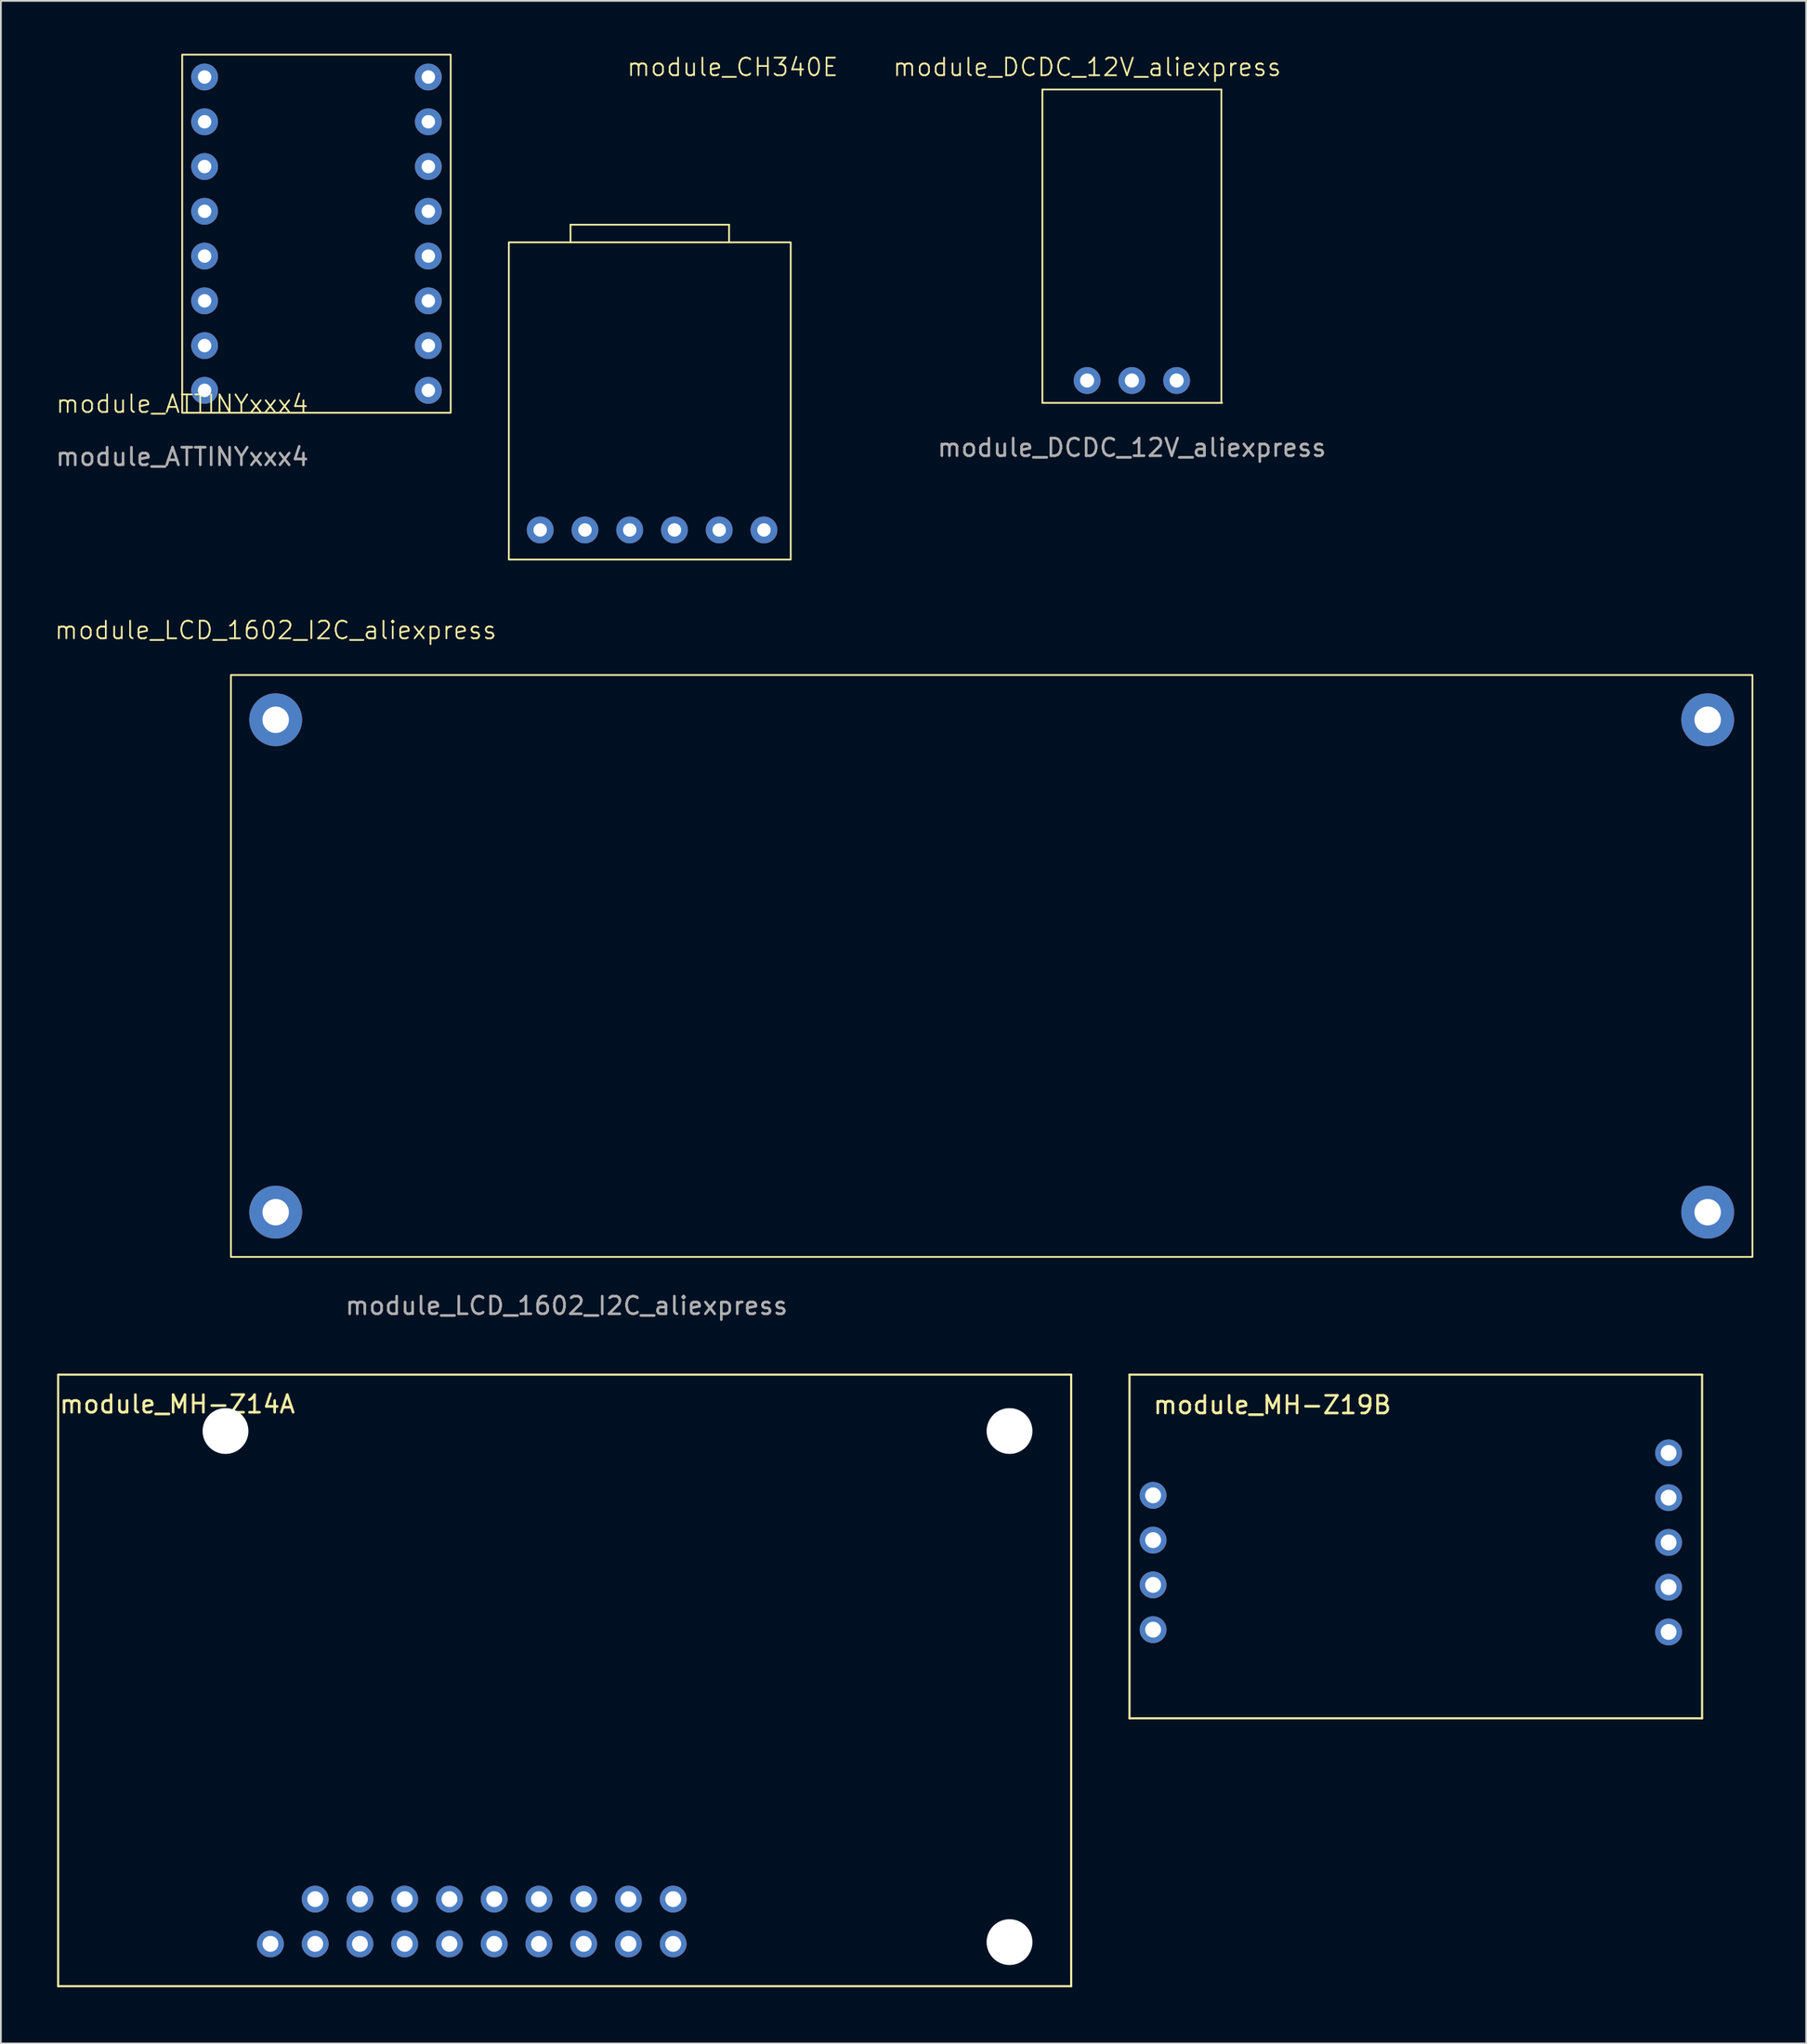
<source format=kicad_pcb>
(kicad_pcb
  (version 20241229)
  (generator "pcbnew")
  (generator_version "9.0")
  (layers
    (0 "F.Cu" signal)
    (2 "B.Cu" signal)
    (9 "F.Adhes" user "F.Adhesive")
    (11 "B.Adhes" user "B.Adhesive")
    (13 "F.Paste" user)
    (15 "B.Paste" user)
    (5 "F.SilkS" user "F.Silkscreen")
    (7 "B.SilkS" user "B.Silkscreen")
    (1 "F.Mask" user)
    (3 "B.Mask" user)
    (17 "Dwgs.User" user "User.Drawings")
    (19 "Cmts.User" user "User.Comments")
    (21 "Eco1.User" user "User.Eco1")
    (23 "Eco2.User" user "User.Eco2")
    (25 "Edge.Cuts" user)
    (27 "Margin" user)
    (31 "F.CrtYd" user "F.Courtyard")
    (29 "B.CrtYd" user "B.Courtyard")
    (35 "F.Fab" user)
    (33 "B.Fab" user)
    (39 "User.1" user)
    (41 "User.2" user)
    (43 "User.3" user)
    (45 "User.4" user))
  (footprint "module_DCDC_12V_aliexpress"
    (layer "F.Cu")
    (at 56.115 19.811)
    (property "Reference" "module_DCDC_12V_aliexpress" (at 2.54 -19.05 0) (unlocked yes) (layer "F.SilkS") (effects (font (size 1 1) (thickness 0.1))))
    (attr through_hole)
    (fp_line (start 0 -17.78) (end 0 0) (stroke (width 0.1) (type default)) (layer "F.SilkS"))
    (fp_line (start 0 0) (end 10.2 0) (stroke (width 0.1) (type default)) (layer "F.SilkS"))
    (fp_line (start 10.16 -17.78) (end 0 -17.78) (stroke (width 0.1) (type default)) (layer "F.SilkS"))
    (fp_line (start 10.16 0) (end 10.16 -17.78) (stroke (width 0.1) (type default)) (layer "F.SilkS"))
    (fp_text user "${REFERENCE}" (at 5.08 2.54 0) (unlocked yes) (layer "F.Fab") (effects (font (size 1 1) (thickness 0.15))))
    (pad "1" thru_hole circle (at 2.54 -1.27) (size 1.524 1.524) (drill 0.8) (layers "*.Cu" "*.Mask"))
    (pad "2" thru_hole circle (at 5.08 -1.27) (size 1.524 1.524) (drill 0.8) (layers "*.Cu" "*.Mask"))
    (pad "3" thru_hole circle (at 7.62 -1.27) (size 1.524 1.524) (drill 0.8) (layers "*.Cu" "*.Mask")))
  (footprint "module_ATTINYxxx4"
    (layer "F.Cu")
    (at 7.292 20.37)
    (property "Reference" "module_ATTINYxxx4" (at 0 -0.5 0) (unlocked yes) (layer "F.SilkS") (effects (font (size 1 1) (thickness 0.1))))
    (attr through_hole)
    (fp_rect (start 0 0) (end 15.24 -20.32) (stroke (width 0.1) (type default)) (fill no) (layer "F.SilkS"))
    (fp_text user "${REFERENCE}" (at 0 2.5 0) (unlocked yes) (layer "F.Fab") (effects (font (size 1 1) (thickness 0.15))))
    (pad "" thru_hole circle (at 1.27 -1.27) (size 1.524 1.524) (drill 0.762) (layers "*.Mask"))
    (pad "" thru_hole circle (at 13.97 -1.27) (size 1.524 1.524) (drill 0.762) (layers "*.Mask"))
    (pad "1" thru_hole circle (at 1.27 -19.05) (size 1.524 1.524) (drill 0.762) (layers "*.Cu" "*.Mask"))
    (pad "2" thru_hole circle (at 1.27 -16.51) (size 1.524 1.524) (drill 0.762) (layers "*.Cu" "*.Mask"))
    (pad "3" thru_hole circle (at 1.27 -13.97) (size 1.524 1.524) (drill 0.762) (layers "*.Cu" "*.Mask"))
    (pad "4" thru_hole circle (at 1.27 -11.43) (size 1.524 1.524) (drill 0.762) (layers "*.Cu" "*.Mask"))
    (pad "5" thru_hole circle (at 1.27 -8.89) (size 1.524 1.524) (drill 0.762) (layers "*.Cu" "*.Mask"))
    (pad "6" thru_hole circle (at 1.27 -6.35) (size 1.524 1.524) (drill 0.762) (layers "*.Cu" "*.Mask"))
    (pad "7" thru_hole circle (at 1.27 -3.81) (size 1.524 1.524) (drill 0.762) (layers "*.Cu" "*.Mask"))
    (pad "8" thru_hole circle (at 13.97 -3.81) (size 1.524 1.524) (drill 0.762) (layers "*.Cu" "*.Mask"))
    (pad "9" thru_hole circle (at 13.97 -6.35) (size 1.524 1.524) (drill 0.762) (layers "*.Cu" "*.Mask"))
    (pad "10" thru_hole circle (at 13.97 -8.89) (size 1.524 1.524) (drill 0.762) (layers "*.Cu" "*.Mask"))
    (pad "11" thru_hole circle (at 13.97 -11.43) (size 1.524 1.524) (drill 0.762) (layers "*.Cu" "*.Mask"))
    (pad "12" thru_hole circle (at 13.97 -13.97) (size 1.524 1.524) (drill 0.762) (layers "*.Cu" "*.Mask"))
    (pad "13" thru_hole circle (at 13.97 -16.51) (size 1.524 1.524) (drill 0.762) (layers "*.Cu" "*.Mask"))
    (pad "14" thru_hole circle (at 13.97 -19.05) (size 1.524 1.524) (drill 0.762) (layers "*.Cu" "*.Mask")))
  (footprint "module_CH340E"
    (layer "F.Cu")
    (at 25.832 28.701)
    (property "Reference" "module_CH340E" (at 12.7 -27.94 0) (unlocked yes) (layer "F.SilkS") (effects (font (size 1 1) (thickness 0.1))))
    (attr through_hole)
    (fp_line (start 3.5 -19) (end 3.5 -18) (stroke (width 0.1) (type default)) (layer "F.SilkS"))
    (fp_line (start 12.5 -19) (end 12.5 -18) (stroke (width 0.1) (type default)) (layer "F.SilkS"))
    (fp_rect (start 0 -18) (end 16 0) (stroke (width 0.1) (type default)) (fill no) (layer "F.SilkS"))
    (fp_rect (start 3.5 -19) (end 12.5 -19) (stroke (width 0.1) (type default)) (fill no) (layer "F.SilkS"))
    (pad "1" thru_hole circle (at 1.78 -1.68) (size 1.524 1.524) (drill 0.762) (layers "*.Cu" "*.Mask"))
    (pad "2" thru_hole circle (at 4.32 -1.68) (size 1.524 1.524) (drill 0.762) (layers "*.Cu" "*.Mask"))
    (pad "3" thru_hole circle (at 6.86 -1.68) (size 1.524 1.524) (drill 0.762) (layers "*.Cu" "*.Mask"))
    (pad "4" thru_hole circle (at 9.4 -1.68) (size 1.524 1.524) (drill 0.762) (layers "*.Cu" "*.Mask"))
    (pad "5" thru_hole circle (at 11.94 -1.68) (size 1.524 1.524) (drill 0.762) (layers "*.Cu" "*.Mask"))
    (pad "6" thru_hole circle (at 14.48 -1.68) (size 1.524 1.524) (drill 0.762) (layers "*.Cu" "*.Mask")))
  (footprint "module_LCD_1602_I2C_aliexpress"
    (layer "F.Cu")
    (at 10.058 68.271)
    (property "Reference" "module_LCD_1602_I2C_aliexpress" (at 2.54 -35.56 0) (unlocked yes) (layer "F.SilkS") (effects (font (size 1 1) (thickness 0.1))))
    (attr through_hole)
    (fp_rect (start 0 0) (end 86.36 -33.02) (stroke (width 0.1) (type default)) (fill no) (layer "F.SilkS"))
    (fp_text user "${REFERENCE}" (at 19.05 2.77 0) (unlocked yes) (layer "F.Fab") (effects (font (size 1 1) (thickness 0.15))))
    (pad "" thru_hole circle (at 2.54 -30.48) (size 3 3) (drill 1.5) (layers "*.Cu" "*.Mask"))
    (pad "" thru_hole circle (at 2.54 -2.54) (size 3 3) (drill 1.5) (layers "*.Cu" "*.Mask"))
    (pad "" thru_hole circle (at 83.82 -30.48) (size 3 3) (drill 1.5) (layers "*.Cu" "*.Mask"))
    (pad "" thru_hole circle (at 83.82 -2.54) (size 3 3) (drill 1.5) (layers "*.Cu" "*.Mask")))
  (footprint "module_MH-Z14A"
    (layer "F.Cu")
    (at 0.25 109.649)
    (property "Reference" "module_MH-Z14A" (at 0 -33.02 0) (layer "F.SilkS") (effects (font (size 1 1) (thickness 0.15)) (justify left)))
    (attr through_hole)
    (fp_line (start 0 -34.7) (end 0 0) (stroke (width 0.12) (type solid)) (layer "F.SilkS"))
    (fp_line (start 0 -34.7) (end 57.5 -34.7) (stroke (width 0.12) (type solid)) (layer "F.SilkS"))
    (fp_line (start 0 0) (end 57.5 0) (stroke (width 0.12) (type solid)) (layer "F.SilkS"))
    (fp_line (start 57.5 -34.7) (end 57.5 0) (stroke (width 0.12) (type solid)) (layer "F.SilkS"))
    (pad "" np_thru_hole circle (at 9.5 -31.5) (size 2.6 2.6) (drill 2.6) (layers "*.Cu" "*.Mask"))
    (pad "" np_thru_hole circle (at 54 -31.5) (size 2.6 2.6) (drill 2.6) (layers "*.Cu" "*.Mask"))
    (pad "" np_thru_hole circle (at 54 -2.5) (size 2.6 2.6) (drill 2.6) (layers "*.Cu" "*.Mask"))
    (pad "1" thru_hole circle (at 22.21 -2.4) (size 1.524 1.524) (drill 0.9) (layers "*.Cu" "*.Mask"))
    (pad "2" thru_hole circle (at 22.21 -4.94) (size 1.524 1.524) (drill 0.9) (layers "*.Cu" "*.Mask"))
    (pad "3" thru_hole circle (at 24.75 -2.4) (size 1.524 1.524) (drill 0.9) (layers "*.Cu" "*.Mask"))
    (pad "4" thru_hole circle (at 24.75 -4.94) (size 1.524 1.524) (drill 0.9) (layers "*.Cu" "*.Mask"))
    (pad "5" thru_hole circle (at 27.29 -2.4) (size 1.524 1.524) (drill 0.9) (layers "*.Cu" "*.Mask"))
    (pad "6" thru_hole circle (at 27.29 -4.94) (size 1.524 1.524) (drill 0.9) (layers "*.Cu" "*.Mask"))
    (pad "7" thru_hole circle (at 29.83 -2.4) (size 1.524 1.524) (drill 0.9) (layers "*.Cu" "*.Mask"))
    (pad "8" thru_hole circle (at 29.83 -4.94) (size 1.524 1.524) (drill 0.9) (layers "*.Cu" "*.Mask"))
    (pad "9" thru_hole circle (at 32.37 -2.4) (size 1.524 1.524) (drill 0.9) (layers "*.Cu" "*.Mask"))
    (pad "10" thru_hole circle (at 32.37 -4.94) (size 1.524 1.524) (drill 0.9) (layers "*.Cu" "*.Mask"))
    (pad "11" thru_hole circle (at 34.91 -2.4) (size 1.524 1.524) (drill 0.9) (layers "*.Cu" "*.Mask"))
    (pad "12" thru_hole circle (at 34.91 -4.94) (size 1.524 1.524) (drill 0.9) (layers "*.Cu" "*.Mask"))
    (pad "13" thru_hole circle (at 14.59 -4.94) (size 1.524 1.524) (drill 0.9) (layers "*.Cu" "*.Mask"))
    (pad "14" thru_hole circle (at 17.13 -4.94) (size 1.524 1.524) (drill 0.9) (layers "*.Cu" "*.Mask"))
    (pad "15" thru_hole circle (at 19.67 -4.94) (size 1.524 1.524) (drill 0.9) (layers "*.Cu" "*.Mask"))
    (pad "16" thru_hole circle (at 19.67 -2.4) (size 1.524 1.524) (drill 0.9) (layers "*.Cu" "*.Mask"))
    (pad "17" thru_hole circle (at 17.13 -2.4) (size 1.524 1.524) (drill 0.9) (layers "*.Cu" "*.Mask"))
    (pad "18" thru_hole circle (at 14.59 -2.4) (size 1.524 1.524) (drill 0.9) (layers "*.Cu" "*.Mask"))
    (pad "19" thru_hole circle (at 12.05 -2.4) (size 1.524 1.524) (drill 0.9) (layers "*.Cu" "*.Mask")))
  (footprint "module_MH-Z19B"
    (layer "F.Cu")
    (at 61.06 94.449)
    (property "Reference" "module_MH-Z19B" (at 1.27 -17.78 0) (layer "F.SilkS") (effects (font (size 1 1) (thickness 0.15)) (justify left)))
    (attr through_hole)
    (fp_line (start 0 -19.5) (end 32.5 -19.5) (stroke (width 0.12) (type solid)) (layer "F.SilkS"))
    (fp_line (start 0 0) (end 0 -19.5) (stroke (width 0.12) (type solid)) (layer "F.SilkS"))
    (fp_line (start 0 0) (end 32.5 0) (stroke (width 0.12) (type solid)) (layer "F.SilkS"))
    (fp_line (start 32.5 0) (end 32.5 -19.5) (stroke (width 0.12) (type solid)) (layer "F.SilkS"))
    (pad "1" thru_hole circle (at 30.6 -15.06) (size 1.524 1.524) (drill 0.9) (layers "*.Cu" "*.Mask"))
    (pad "2" thru_hole circle (at 30.6 -12.52) (size 1.524 1.524) (drill 0.9) (layers "*.Cu" "*.Mask"))
    (pad "3" thru_hole circle (at 30.6 -9.98) (size 1.524 1.524) (drill 0.9) (layers "*.Cu" "*.Mask"))
    (pad "4" thru_hole circle (at 30.6 -7.44) (size 1.524 1.524) (drill 0.9) (layers "*.Cu" "*.Mask"))
    (pad "5" thru_hole circle (at 30.6 -4.9) (size 1.524 1.524) (drill 0.9) (layers "*.Cu" "*.Mask"))
    (pad "6" thru_hole circle (at 1.34 -12.65) (size 1.524 1.524) (drill 0.9) (layers "*.Cu" "*.Mask"))
    (pad "7" thru_hole circle (at 1.34 -10.11) (size 1.524 1.524) (drill 0.9) (layers "*.Cu" "*.Mask"))
    (pad "8" thru_hole circle (at 1.34 -7.57) (size 1.524 1.524) (drill 0.9) (layers "*.Cu" "*.Mask"))
    (pad "9" thru_hole circle (at 1.34 -5.03) (size 1.524 1.524) (drill 0.9) (layers "*.Cu" "*.Mask")))
  (gr_rect
    (start -3 -3)
    (end 99.468 112.899)
    (stroke (width 0.1) (type default))
    (fill no)
    (layer "Edge.Cuts")))
</source>
